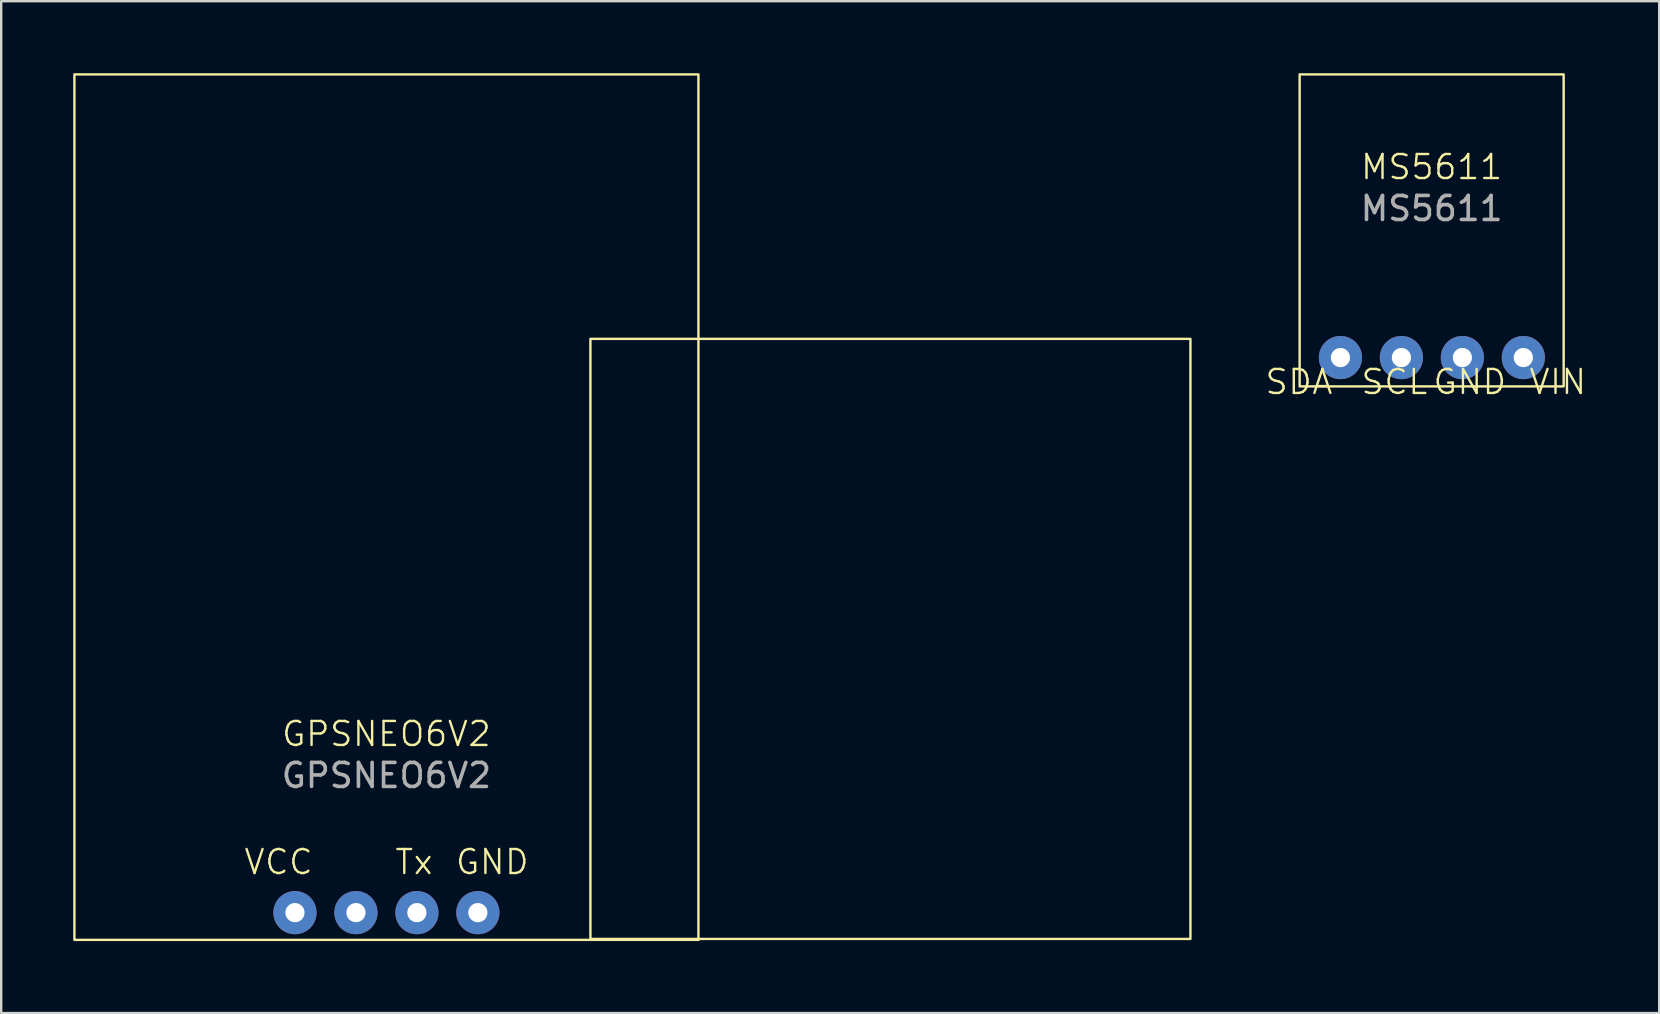
<source format=kicad_pcb>
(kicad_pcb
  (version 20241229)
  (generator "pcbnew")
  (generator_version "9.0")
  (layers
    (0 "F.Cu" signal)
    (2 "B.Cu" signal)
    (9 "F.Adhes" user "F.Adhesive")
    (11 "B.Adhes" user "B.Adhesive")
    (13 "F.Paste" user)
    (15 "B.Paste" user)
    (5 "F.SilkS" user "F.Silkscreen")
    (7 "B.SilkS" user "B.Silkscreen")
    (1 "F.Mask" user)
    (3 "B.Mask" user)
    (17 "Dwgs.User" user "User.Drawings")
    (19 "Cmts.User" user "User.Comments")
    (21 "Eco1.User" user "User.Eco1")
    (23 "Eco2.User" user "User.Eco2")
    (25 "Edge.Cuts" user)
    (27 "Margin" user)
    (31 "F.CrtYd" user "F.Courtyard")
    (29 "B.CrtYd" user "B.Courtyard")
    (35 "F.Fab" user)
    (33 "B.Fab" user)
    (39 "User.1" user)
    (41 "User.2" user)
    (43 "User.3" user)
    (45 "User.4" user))
  (footprint "GPSNEO6V2"
    (layer "F.Cu")
    (at 13.05 33.07)
    (property "Reference" "GPSNEO6V2" (at 0 -5.54 0) (unlocked yes) (layer "F.SilkS") (effects (font (size 1 1) (thickness 0.1))))
    (attr through_hole)
    (fp_rect (start -13 -33.02) (end 13 3.04) (stroke (width 0.1) (type default)) (fill no) (layer "F.SilkS"))
    (fp_rect (start 8.5 -22) (end 33.5 3) (stroke (width 0.1) (type default)) (fill no) (layer "F.SilkS"))
    (fp_text user "VCC" (at -3 0.381 0) (unlocked yes) (layer "F.SilkS") (effects (font (size 1 1) (thickness 0.1)) (justify right bottom)))
    (fp_text user "GND" (at 6 0.381 0) (unlocked yes) (layer "F.SilkS") (effects (font (size 1 1) (thickness 0.1)) (justify right bottom)))
    (fp_text user "Tx" (at 2 0.381 0) (unlocked yes) (layer "F.SilkS") (effects (font (size 1 1) (thickness 0.1)) (justify right bottom)))
    (fp_text user "${REFERENCE}" (at 0 -3.81 0) (unlocked yes) (layer "F.Fab") (effects (font (size 1 1) (thickness 0.15))))
    (pad "1" thru_hole circle (at 3.81 1.905) (size 1.8 1.8) (drill 0.8) (layers "*.Cu" "*.Mask"))
    (pad "2" thru_hole circle (at 1.27 1.905) (size 1.8 1.8) (drill 0.8) (layers "*.Cu" "*.Mask"))
    (pad "3" thru_hole circle (at -1.27 1.905) (size 1.8 1.8) (drill 0.8) (layers "*.Cu" "*.Mask"))
    (pad "4" thru_hole circle (at -3.81 1.905) (size 1.8 1.8) (drill 0.8) (layers "*.Cu" "*.Mask")))
  (footprint "MS5611"
    (layer "F.Cu")
    (at 56.6 9.448)
    (property "Reference" "MS5611" (at 0 -5.54 0) (unlocked yes) (layer "F.SilkS") (effects (font (size 1 1) (thickness 0.1))))
    (attr through_hole)
    (fp_rect (start -5.5 -9.398) (end 5.5 3.602) (stroke (width 0.1) (type default)) (fill no) (layer "F.SilkS"))
    (fp_text user "VIN" (at 4 4 0) (unlocked yes) (layer "F.SilkS") (effects (font (size 1 1) (thickness 0.1)) (justify left bottom)))
    (fp_text user "GND" (at 0 4 0) (unlocked yes) (layer "F.SilkS") (effects (font (size 1 1) (thickness 0.1)) (justify left bottom)))
    (fp_text user "SDA" (at -7 4 0) (unlocked yes) (layer "F.SilkS") (effects (font (size 1 1) (thickness 0.1)) (justify left bottom)))
    (fp_text user "SCL" (at -3 4 0) (unlocked yes) (layer "F.SilkS") (effects (font (size 1 1) (thickness 0.1)) (justify left bottom)))
    (fp_text user "${REFERENCE}" (at 0 -3.81 0) (unlocked yes) (layer "F.Fab") (effects (font (size 1 1) (thickness 0.15))))
    (pad "1" thru_hole circle (at -3.8 2.4) (size 1.8 1.8) (drill 0.8) (layers "*.Cu" "*.Mask"))
    (pad "2" thru_hole circle (at -1.26 2.4) (size 1.8 1.8) (drill 0.8) (layers "*.Cu" "*.Mask"))
    (pad "3" thru_hole circle (at 1.28 2.4) (size 1.8 1.8) (drill 0.8) (layers "*.Cu" "*.Mask"))
    (pad "4" thru_hole circle (at 3.82 2.4) (size 1.8 1.8) (drill 0.8) (layers "*.Cu" "*.Mask")))
  (gr_rect
    (start -3 -3)
    (end 66.081 39.16)
    (stroke (width 0.1) (type default))
    (fill no)
    (layer "Edge.Cuts")))
</source>
